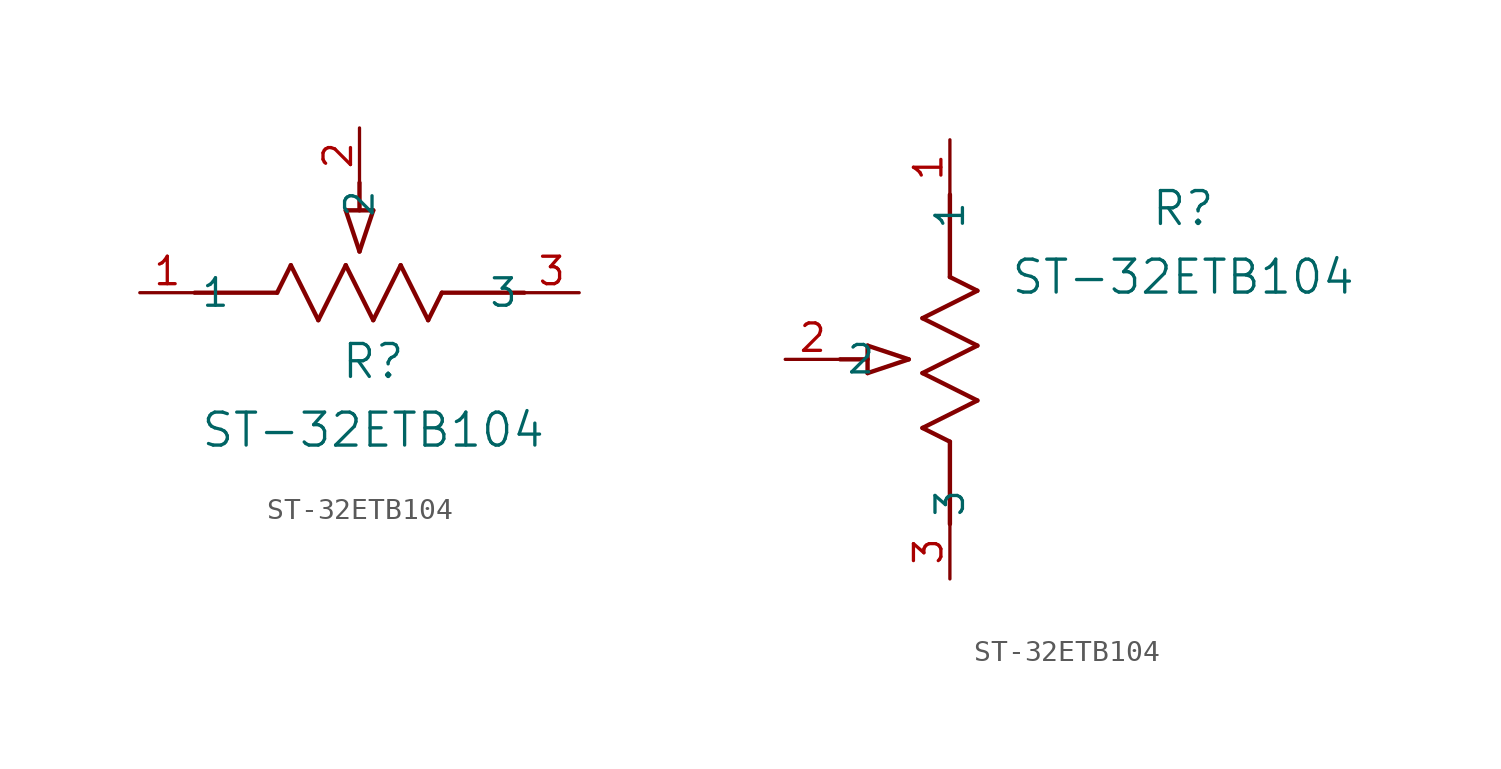
<source format=kicad_sym>
(kicad_symbol_lib
  (version 20220914)
  (generator kicad_symbol_editor)
  (symbol "ST-32ETB104"
    (pin_names
      (offset 0.254))
    (property "Reference" "R"
      (at 10.795 -3.175 0)
      (effects (font (size 1.524 1.524))))
    (property "Value" "ST-32ETB104"
      (at 10.795 -6.35 0)
      (effects (font (size 1.524 1.524))))
    (symbol "ST-32ETB104_1_1"
      (polyline (pts (xy 2.54 0) (xy 6.35 0)) (stroke (width 0.203) (type default)) (fill (type none)))
      (polyline (pts (xy 6.35 0) (xy 6.985 1.27)) (stroke (width 0.203) (type default)) (fill (type none)))
      (polyline (pts (xy 6.985 1.27) (xy 8.255 -1.27)) (stroke (width 0.203) (type default)) (fill (type none)))
      (polyline (pts (xy 8.255 -1.27) (xy 9.525 1.27)) (stroke (width 0.203) (type default)) (fill (type none)))
      (polyline (pts (xy 9.525 1.27) (xy 10.795 -1.27)) (stroke (width 0.203) (type default)) (fill (type none)))
      (polyline (pts (xy 9.525 3.81) (xy 10.16 1.905)) (stroke (width 0.203) (type default)) (fill (type none)))
      (polyline (pts (xy 9.525 3.81) (xy 10.795 3.81)) (stroke (width 0.203) (type default)) (fill (type none)))
      (polyline (pts (xy 10.16 3.81) (xy 10.16 5.08)) (stroke (width 0.203) (type default)) (fill (type none)))
      (polyline (pts (xy 10.795 -1.27) (xy 12.065 1.27)) (stroke (width 0.203) (type default)) (fill (type none)))
      (polyline (pts (xy 10.795 3.81) (xy 10.16 1.905)) (stroke (width 0.203) (type default)) (fill (type none)))
      (polyline (pts (xy 12.065 1.27) (xy 13.335 -1.27)) (stroke (width 0.203) (type default)) (fill (type none)))
      (polyline (pts (xy 13.335 -1.27) (xy 13.97 0)) (stroke (width 0.203) (type default)) (fill (type none)))
      (polyline (pts (xy 13.97 0) (xy 17.78 0)) (stroke (width 0.203) (type default)) (fill (type none)))
      (pin unspecified line (at 0 0 0) (length 2.54) (name "1" (effects (font (size 1.27 1.27)))) (number "1" (effects (font (size 1.27 1.27)))))
      (pin unspecified line (at 10.16 7.62 270) (length 2.54) (name "2" (effects (font (size 1.27 1.27)))) (number "2" (effects (font (size 1.27 1.27)))))
      (pin unspecified line (at 20.32 0 180) (length 2.54) (name "3" (effects (font (size 1.27 1.27)))) (number "3" (effects (font (size 1.27 1.27))))))
    (symbol "ST-32ETB104_1_2"
      (polyline (pts (xy -3.81 -10.795) (xy -3.81 -9.525)) (stroke (width 0.203) (type default)) (fill (type none)))
      (polyline (pts (xy -3.81 -10.795) (xy -1.905 -10.16)) (stroke (width 0.203) (type default)) (fill (type none)))
      (polyline (pts (xy -3.81 -10.16) (xy -5.08 -10.16)) (stroke (width 0.203) (type default)) (fill (type none)))
      (polyline (pts (xy -3.81 -9.525) (xy -1.905 -10.16)) (stroke (width 0.203) (type default)) (fill (type none)))
      (polyline (pts (xy -1.27 -13.335) (xy 1.27 -12.065)) (stroke (width 0.203) (type default)) (fill (type none)))
      (polyline (pts (xy -1.27 -10.795) (xy 1.27 -9.525)) (stroke (width 0.203) (type default)) (fill (type none)))
      (polyline (pts (xy -1.27 -8.255) (xy 1.27 -6.985)) (stroke (width 0.203) (type default)) (fill (type none)))
      (polyline (pts (xy 0 -17.78) (xy 0 -13.97)) (stroke (width 0.203) (type default)) (fill (type none)))
      (polyline (pts (xy 0 -13.97) (xy -1.27 -13.335)) (stroke (width 0.203) (type default)) (fill (type none)))
      (polyline (pts (xy 0 -6.35) (xy 0 -2.54)) (stroke (width 0.203) (type default)) (fill (type none)))
      (polyline (pts (xy 1.27 -12.065) (xy -1.27 -10.795)) (stroke (width 0.203) (type default)) (fill (type none)))
      (polyline (pts (xy 1.27 -9.525) (xy -1.27 -8.255)) (stroke (width 0.203) (type default)) (fill (type none)))
      (polyline (pts (xy 1.27 -6.985) (xy 0 -6.35)) (stroke (width 0.203) (type default)) (fill (type none)))
      (pin unspecified line (at 0 0 270) (length 2.54) (name "1" (effects (font (size 1.27 1.27)))) (number "1" (effects (font (size 1.27 1.27)))))
      (pin unspecified line (at -7.62 -10.16 0) (length 2.54) (name "2" (effects (font (size 1.27 1.27)))) (number "2" (effects (font (size 1.27 1.27)))))
      (pin unspecified line (at 0 -20.32 90) (length 2.54) (name "3" (effects (font (size 1.27 1.27)))) (number "3" (effects (font (size 1.27 1.27))))))))
</source>
